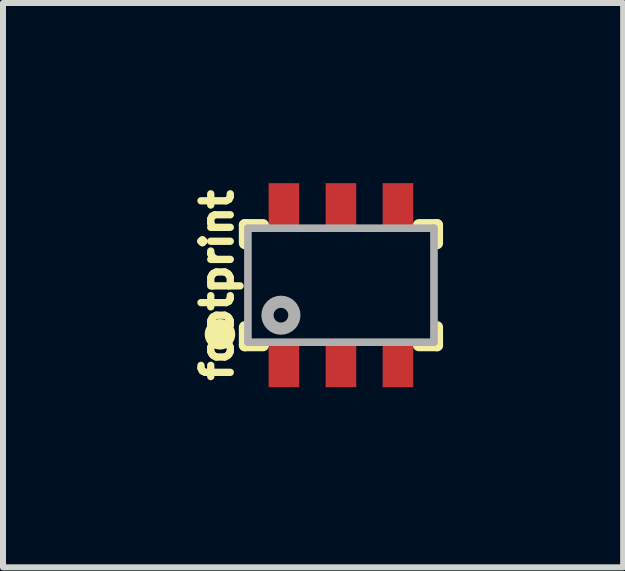
<source format=kicad_pcb>
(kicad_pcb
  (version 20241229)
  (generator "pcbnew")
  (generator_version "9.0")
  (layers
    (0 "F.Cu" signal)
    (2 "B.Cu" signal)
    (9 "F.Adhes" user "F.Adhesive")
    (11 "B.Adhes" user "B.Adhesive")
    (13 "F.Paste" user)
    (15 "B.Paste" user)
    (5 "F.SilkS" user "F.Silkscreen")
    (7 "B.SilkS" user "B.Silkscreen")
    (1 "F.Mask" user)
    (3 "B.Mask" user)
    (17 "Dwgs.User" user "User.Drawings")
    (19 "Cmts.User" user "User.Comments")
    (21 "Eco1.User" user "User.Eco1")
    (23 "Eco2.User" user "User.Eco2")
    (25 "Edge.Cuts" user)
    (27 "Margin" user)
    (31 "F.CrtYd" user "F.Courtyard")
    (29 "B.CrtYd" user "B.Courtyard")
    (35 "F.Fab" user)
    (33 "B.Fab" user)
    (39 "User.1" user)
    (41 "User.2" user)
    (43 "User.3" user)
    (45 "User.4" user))
  (footprint "footprint"
    (layer "F.Cu")
    (at 2.631 1.702)
    (property "Reference" "footprint" (at -1.778 0 90) (layer "F.SilkS") (effects (font (size 0.488 0.488) (thickness 0.122)) (justify bottom)))
    (fp_line (start -1.6 -1) (end -1.6 -0.7) (stroke (width 0.203) (type solid)) (layer "F.SilkS"))
    (fp_line (start -1.6 0.7) (end -1.6 1) (stroke (width 0.203) (type solid)) (layer "F.SilkS"))
    (fp_line (start -1.6 1) (end -1.3 1) (stroke (width 0.203) (type solid)) (layer "F.SilkS"))
    (fp_line (start -1.3 -1) (end -1.6 -1) (stroke (width 0.203) (type solid)) (layer "F.SilkS"))
    (fp_line (start 1.3 -1) (end 1.6 -1) (stroke (width 0.203) (type solid)) (layer "F.SilkS"))
    (fp_line (start 1.6 -1) (end 1.6 -0.7) (stroke (width 0.203) (type solid)) (layer "F.SilkS"))
    (fp_line (start 1.6 0.7) (end 1.6 1) (stroke (width 0.203) (type solid)) (layer "F.SilkS"))
    (fp_line (start 1.6 1) (end 1.3 1) (stroke (width 0.203) (type solid)) (layer "F.SilkS"))
    (fp_circle (center -2.016 0.818) (end -1.889 0.818) (stroke (width 0.254) (type solid)) (fill yes) (layer "F.SilkS"))
    (fp_line (start -1.55 -0.95) (end -1.55 0.95) (stroke (width 0.127) (type solid)) (layer "F.Fab"))
    (fp_line (start -1.55 0.95) (end 1.55 0.95) (stroke (width 0.127) (type solid)) (layer "F.Fab"))
    (fp_line (start 1.55 -0.95) (end -1.55 -0.95) (stroke (width 0.127) (type solid)) (layer "F.Fab"))
    (fp_line (start 1.55 0.95) (end 1.55 -0.95) (stroke (width 0.127) (type solid)) (layer "F.Fab"))
    (fp_circle (center -1 0.5) (end -0.776 0.5) (stroke (width 0.203) (type solid)) (fill no) (layer "F.Fab"))
    (pad "1" smd rect (at -0.95 1.3 90) (size 0.8 0.51) (layers "F.Cu" "F.Mask" "F.Paste"))
    (pad "2" smd rect (at 0 1.3 90) (size 0.8 0.51) (layers "F.Cu" "F.Mask" "F.Paste"))
    (pad "3" smd rect (at 0.95 1.3 90) (size 0.8 0.51) (layers "F.Cu" "F.Mask" "F.Paste"))
    (pad "4" smd rect (at 0.95 -1.3 90) (size 0.8 0.51) (layers "F.Cu" "F.Mask" "F.Paste"))
    (pad "5" smd rect (at 0 -1.3 90) (size 0.8 0.51) (layers "F.Cu" "F.Mask" "F.Paste"))
    (pad "6" smd rect (at -0.95 -1.3 90) (size 0.8 0.51) (layers "F.Cu" "F.Mask" "F.Paste")))
  (gr_rect
    (start -3 -3)
    (end 7.333 6.403)
    (stroke (width 0.1) (type default))
    (fill no)
    (layer "Edge.Cuts")))
</source>
